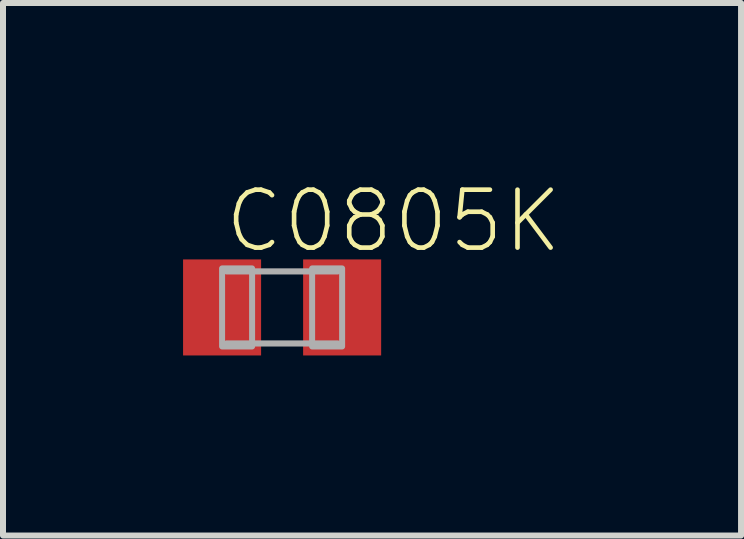
<source format=kicad_pcb>
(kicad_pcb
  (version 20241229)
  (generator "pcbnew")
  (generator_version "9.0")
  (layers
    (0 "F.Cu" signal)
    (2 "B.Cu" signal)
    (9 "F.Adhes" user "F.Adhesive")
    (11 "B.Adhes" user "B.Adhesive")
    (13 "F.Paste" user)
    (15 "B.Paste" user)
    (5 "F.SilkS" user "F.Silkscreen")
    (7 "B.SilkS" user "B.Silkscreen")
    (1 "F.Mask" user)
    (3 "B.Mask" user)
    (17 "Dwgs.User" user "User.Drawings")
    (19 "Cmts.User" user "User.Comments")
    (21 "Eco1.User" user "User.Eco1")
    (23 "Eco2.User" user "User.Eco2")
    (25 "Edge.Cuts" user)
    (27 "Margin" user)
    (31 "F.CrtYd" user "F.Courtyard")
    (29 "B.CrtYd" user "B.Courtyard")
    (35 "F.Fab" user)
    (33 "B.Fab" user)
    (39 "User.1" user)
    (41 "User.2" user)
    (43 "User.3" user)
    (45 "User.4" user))
  (footprint "C0805K"
    (layer "F.Cu")
    (at 1.65 2.072)
    (property "Reference" "C0805K" (at -1 -0.875 180) (layer "F.SilkS") (effects (font (size 0.965 0.965) (thickness 0.077)) (justify left bottom)))
    (attr through_hole)
    (fp_line (start -0.925 -0.6) (end 0.925 -0.6) (stroke (width 0.102) (type solid)) (layer "F.Fab"))
    (fp_line (start 0.925 0.6) (end -0.925 0.6) (stroke (width 0.102) (type solid)) (layer "F.Fab"))
    (fp_poly (pts (xy -1 0.65) (xy -0.5 0.65) (xy -0.5 -0.65) (xy -1 -0.65)) (stroke (width 0.1) (type solid)) (fill no) (layer "F.Fab"))
    (fp_poly (pts (xy 0.5 0.65) (xy 1 0.65) (xy 1 -0.65) (xy 0.5 -0.65)) (stroke (width 0.1) (type solid)) (fill no) (layer "F.Fab"))
    (pad "1" smd rect (at -1 0) (size 1.3 1.6) (layers "F.Cu" "F.Mask" "F.Paste"))
    (pad "2" smd rect (at 1 0) (size 1.3 1.6) (layers "F.Cu" "F.Mask" "F.Paste")))
  (gr_rect
    (start -3 -3)
    (end 9.296 5.872)
    (stroke (width 0.1) (type default))
    (fill no)
    (layer "Edge.Cuts")))
</source>
